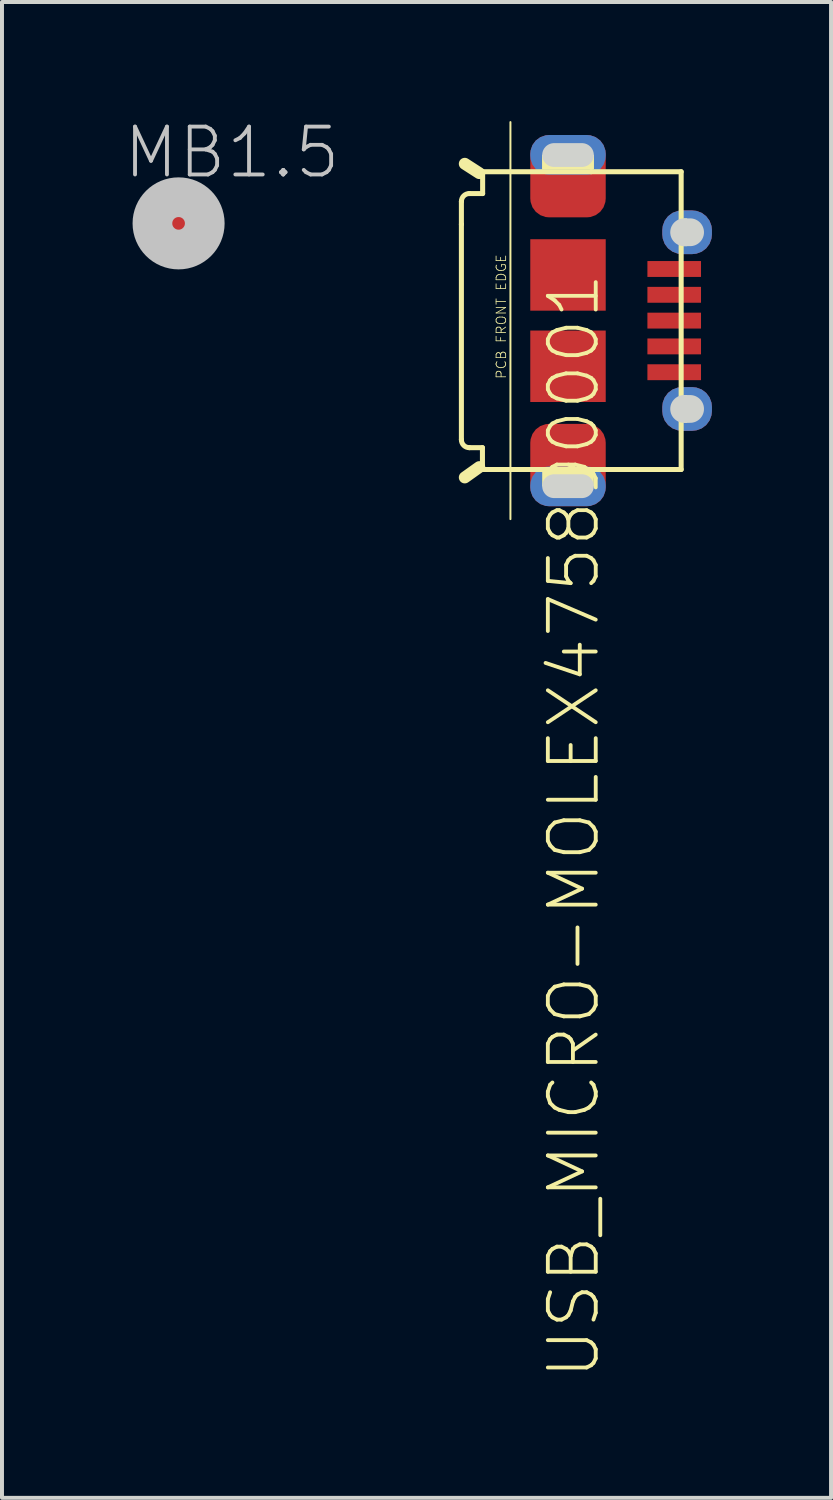
<source format=kicad_pcb>
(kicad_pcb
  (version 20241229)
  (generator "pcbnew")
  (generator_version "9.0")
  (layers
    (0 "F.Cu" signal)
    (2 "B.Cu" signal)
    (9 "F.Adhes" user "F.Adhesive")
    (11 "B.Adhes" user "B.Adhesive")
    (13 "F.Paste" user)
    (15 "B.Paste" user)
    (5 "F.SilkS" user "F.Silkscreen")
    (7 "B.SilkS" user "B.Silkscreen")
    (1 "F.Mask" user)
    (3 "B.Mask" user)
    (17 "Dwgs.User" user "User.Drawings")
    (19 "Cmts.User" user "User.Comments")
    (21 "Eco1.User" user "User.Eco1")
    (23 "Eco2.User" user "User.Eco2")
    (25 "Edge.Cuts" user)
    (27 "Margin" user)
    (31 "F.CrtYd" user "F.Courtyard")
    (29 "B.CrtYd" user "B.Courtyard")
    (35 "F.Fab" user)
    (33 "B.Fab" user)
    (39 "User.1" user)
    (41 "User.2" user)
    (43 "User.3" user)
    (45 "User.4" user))
  (footprint "USB_MICRO-MOLEX475890001"
    (layer "F.Cu")
    (at 11.256 5.025)
    (property "Reference" "USB_MICRO-MOLEX475890001" (at -0.56 -1.262 90) (layer "F.SilkS") (effects (font (size 1.206 1.206) (thickness 0.097)) (justify right top)))
    (attr through_hole)
    (fp_line (start -2.685 -3) (end -2.685 -2.425) (stroke (width 0.127) (type solid)) (layer "F.SilkS"))
    (fp_line (start -2.685 3) (end -2.685 -2.425) (stroke (width 0.127) (type solid)) (layer "F.SilkS"))
    (fp_line (start -2.6 -3.95) (end -2.235 -3.715) (stroke (width 0.3) (type solid)) (layer "F.SilkS"))
    (fp_line (start -2.6 3.95) (end -2.235 3.69) (stroke (width 0.3) (type solid)) (layer "F.SilkS"))
    (fp_line (start -2.155 3.2) (end -2.485 3.2) (stroke (width 0.127) (type solid)) (layer "F.SilkS"))
    (fp_line (start -2.155 3.2) (end -2.155 3.75) (stroke (width 0.127) (type solid)) (layer "F.SilkS"))
    (fp_line (start -2.15 -3.75) (end -2.15 -3.2) (stroke (width 0.127) (type solid)) (layer "F.SilkS"))
    (fp_line (start -2.15 -3.2) (end -2.485 -3.2) (stroke (width 0.127) (type solid)) (layer "F.SilkS"))
    (fp_line (start -2.15 3.75) (end 2.85 3.75) (stroke (width 0.127) (type solid)) (layer "F.SilkS"))
    (fp_line (start -1.45 -5) (end -1.45 5) (stroke (width 0.05) (type solid)) (layer "F.SilkS"))
    (fp_line (start 0.585 -3.75) (end -2.15 -3.75) (stroke (width 0.127) (type solid)) (layer "F.SilkS"))
    (fp_line (start 2.85 -3.75) (end 0.585 -3.75) (stroke (width 0.127) (type solid)) (layer "F.SilkS"))
    (fp_line (start 2.85 3.75) (end 2.85 -3.75) (stroke (width 0.127) (type solid)) (layer "F.SilkS"))
    (fp_arc (start -2.685 -3) (mid -2.626421 -3.141421) (end -2.485 -3.2) (stroke (width 0.127) (type solid)) (layer "F.SilkS"))
    (fp_arc (start -2.485 3.2) (mid -2.626421 3.141421) (end -2.685 3) (stroke (width 0.127) (type solid)) (layer "F.SilkS"))
    (fp_poly (pts (xy -0.65 -3.81) (xy 0.65 -3.81) (xy 0.65 -4.175) (xy -0.65 -4.175)) (stroke (width 0) (type solid)) (fill yes) (layer "F.SilkS"))
    (fp_poly (pts (xy -0.65 -3.81) (xy 0.65 -3.81) (xy 0.65 -4.175) (xy -0.65 -4.175)) (stroke (width 0) (type solid)) (fill yes) (layer "F.SilkS"))
    (fp_poly (pts (xy -0.65 4.175) (xy 0.65 4.175) (xy 0.65 3.81) (xy -0.65 3.81)) (stroke (width 0) (type solid)) (fill yes) (layer "F.SilkS"))
    (fp_poly (pts (xy 2.91 -1.875) (xy 3 -1.875) (xy 3 -2.575) (xy 2.91 -2.575)) (stroke (width 0) (type solid)) (fill yes) (layer "F.SilkS"))
    (fp_poly (pts (xy 2.91 2.575) (xy 3 2.575) (xy 3 1.875) (xy 2.91 1.875)) (stroke (width 0) (type solid)) (fill yes) (layer "F.SilkS"))
    (fp_line (start -0.35 -4.17) (end 0.35 -4.17) (stroke (width 0.6) (type solid)) (layer "Edge.Cuts"))
    (fp_line (start -0.35 4.17) (end 0.35 4.17) (stroke (width 0.6) (type solid)) (layer "Edge.Cuts"))
    (fp_line (start 2.925 -2.225) (end 3.075 -2.225) (stroke (width 0.7) (type solid)) (layer "Edge.Cuts"))
    (fp_line (start 2.925 2.225) (end 3.075 2.225) (stroke (width 0.7) (type solid)) (layer "Edge.Cuts"))
    (fp_text user "PCB FRONT EDGE" (at -1.54 1.485 90) (layer "F.SilkS") (effects (font (size 0.241 0.241) (thickness 0.02)) (justify left bottom)))
    (pad "1" smd rect (at 2.675 -1.3) (size 1.35 0.4) (layers "F.Cu" "F.Mask" "F.Paste"))
    (pad "2" smd rect (at 2.675 -0.65) (size 1.35 0.4) (layers "F.Cu" "F.Mask" "F.Paste"))
    (pad "3" smd rect (at 2.675 0) (size 1.35 0.4) (layers "F.Cu" "F.Mask" "F.Paste"))
    (pad "4" smd rect (at 2.675 0.65) (size 1.35 0.4) (layers "F.Cu" "F.Mask" "F.Paste"))
    (pad "5" smd rect (at 2.675 1.3) (size 1.35 0.4) (layers "F.Cu" "F.Mask" "F.Paste"))
    (pad "S1_BOT" smd roundrect (at 0 -4.175 90) (size 1 1.9) (layers "B.Cu" "B.Mask" "B.Paste") (roundrect_rratio 0.475))
    (pad "S1_TOP" smd roundrect (at 0 -3.638 90) (size 2.075 1.9) (layers "F.Cu" "F.Mask" "F.Paste") (roundrect_rratio 0.25))
    (pad "S2_BOT" smd roundrect (at 0 4.175 90) (size 1 1.9) (layers "B.Cu" "B.Mask" "B.Paste") (roundrect_rratio 0.475))
    (pad "S2_TOP" smd roundrect (at 0 3.638 90) (size 2.075 1.9) (layers "F.Cu" "F.Mask" "F.Paste") (roundrect_rratio 0.25))
    (pad "S3_BOT" smd roundrect (at 3 2.225) (size 1.25 1.1) (layers "B.Cu" "B.Mask" "B.Paste") (roundrect_rratio 0.45))
    (pad "S3_TOP" smd roundrect (at 3 2.225) (size 1.25 1.1) (layers "F.Cu" "F.Mask" "F.Paste") (roundrect_rratio 0.45))
    (pad "S4_BOT" smd roundrect (at 3 -2.225) (size 1.25 1.1) (layers "B.Cu" "B.Mask" "B.Paste") (roundrect_rratio 0.45))
    (pad "S4_TOP" smd roundrect (at 3 -2.225) (size 1.25 1.1) (layers "F.Cu" "F.Mask" "F.Paste") (roundrect_rratio 0.45))
    (pad "SA" smd rect (at 0 1.15 90) (size 1.8 1.9) (layers "F.Cu" "F.Mask" "F.Paste"))
    (pad "SB" smd rect (at 0 -1.15 90) (size 1.8 1.9) (layers "F.Cu" "F.Mask" "F.Paste")))
  (footprint "MB1.5"
    (layer "F.Cu")
    (at 1.448 2.576)
    (property "Reference" "MB1.5" (at -1.448 -1.079 180) (layer "Dwgs.User") (effects (font (size 1.206 1.206) (thickness 0.097)) (justify left bottom)))
    (attr through_hole)
    (fp_circle (center 0 0) (end 0.159 0) (stroke (width 1) (type solid)) (fill no) (layer "Dwgs.User"))
    (pad "1" smd roundrect (at 0 0) (size 1.25 1.25) (layers "F.Cu" "F.Mask") (roundrect_rratio 0.5)))
  (gr_rect
    (start -3 -3)
    (end 17.881 34.675)
    (stroke (width 0.1) (type default))
    (fill no)
    (layer "Edge.Cuts")))
</source>
